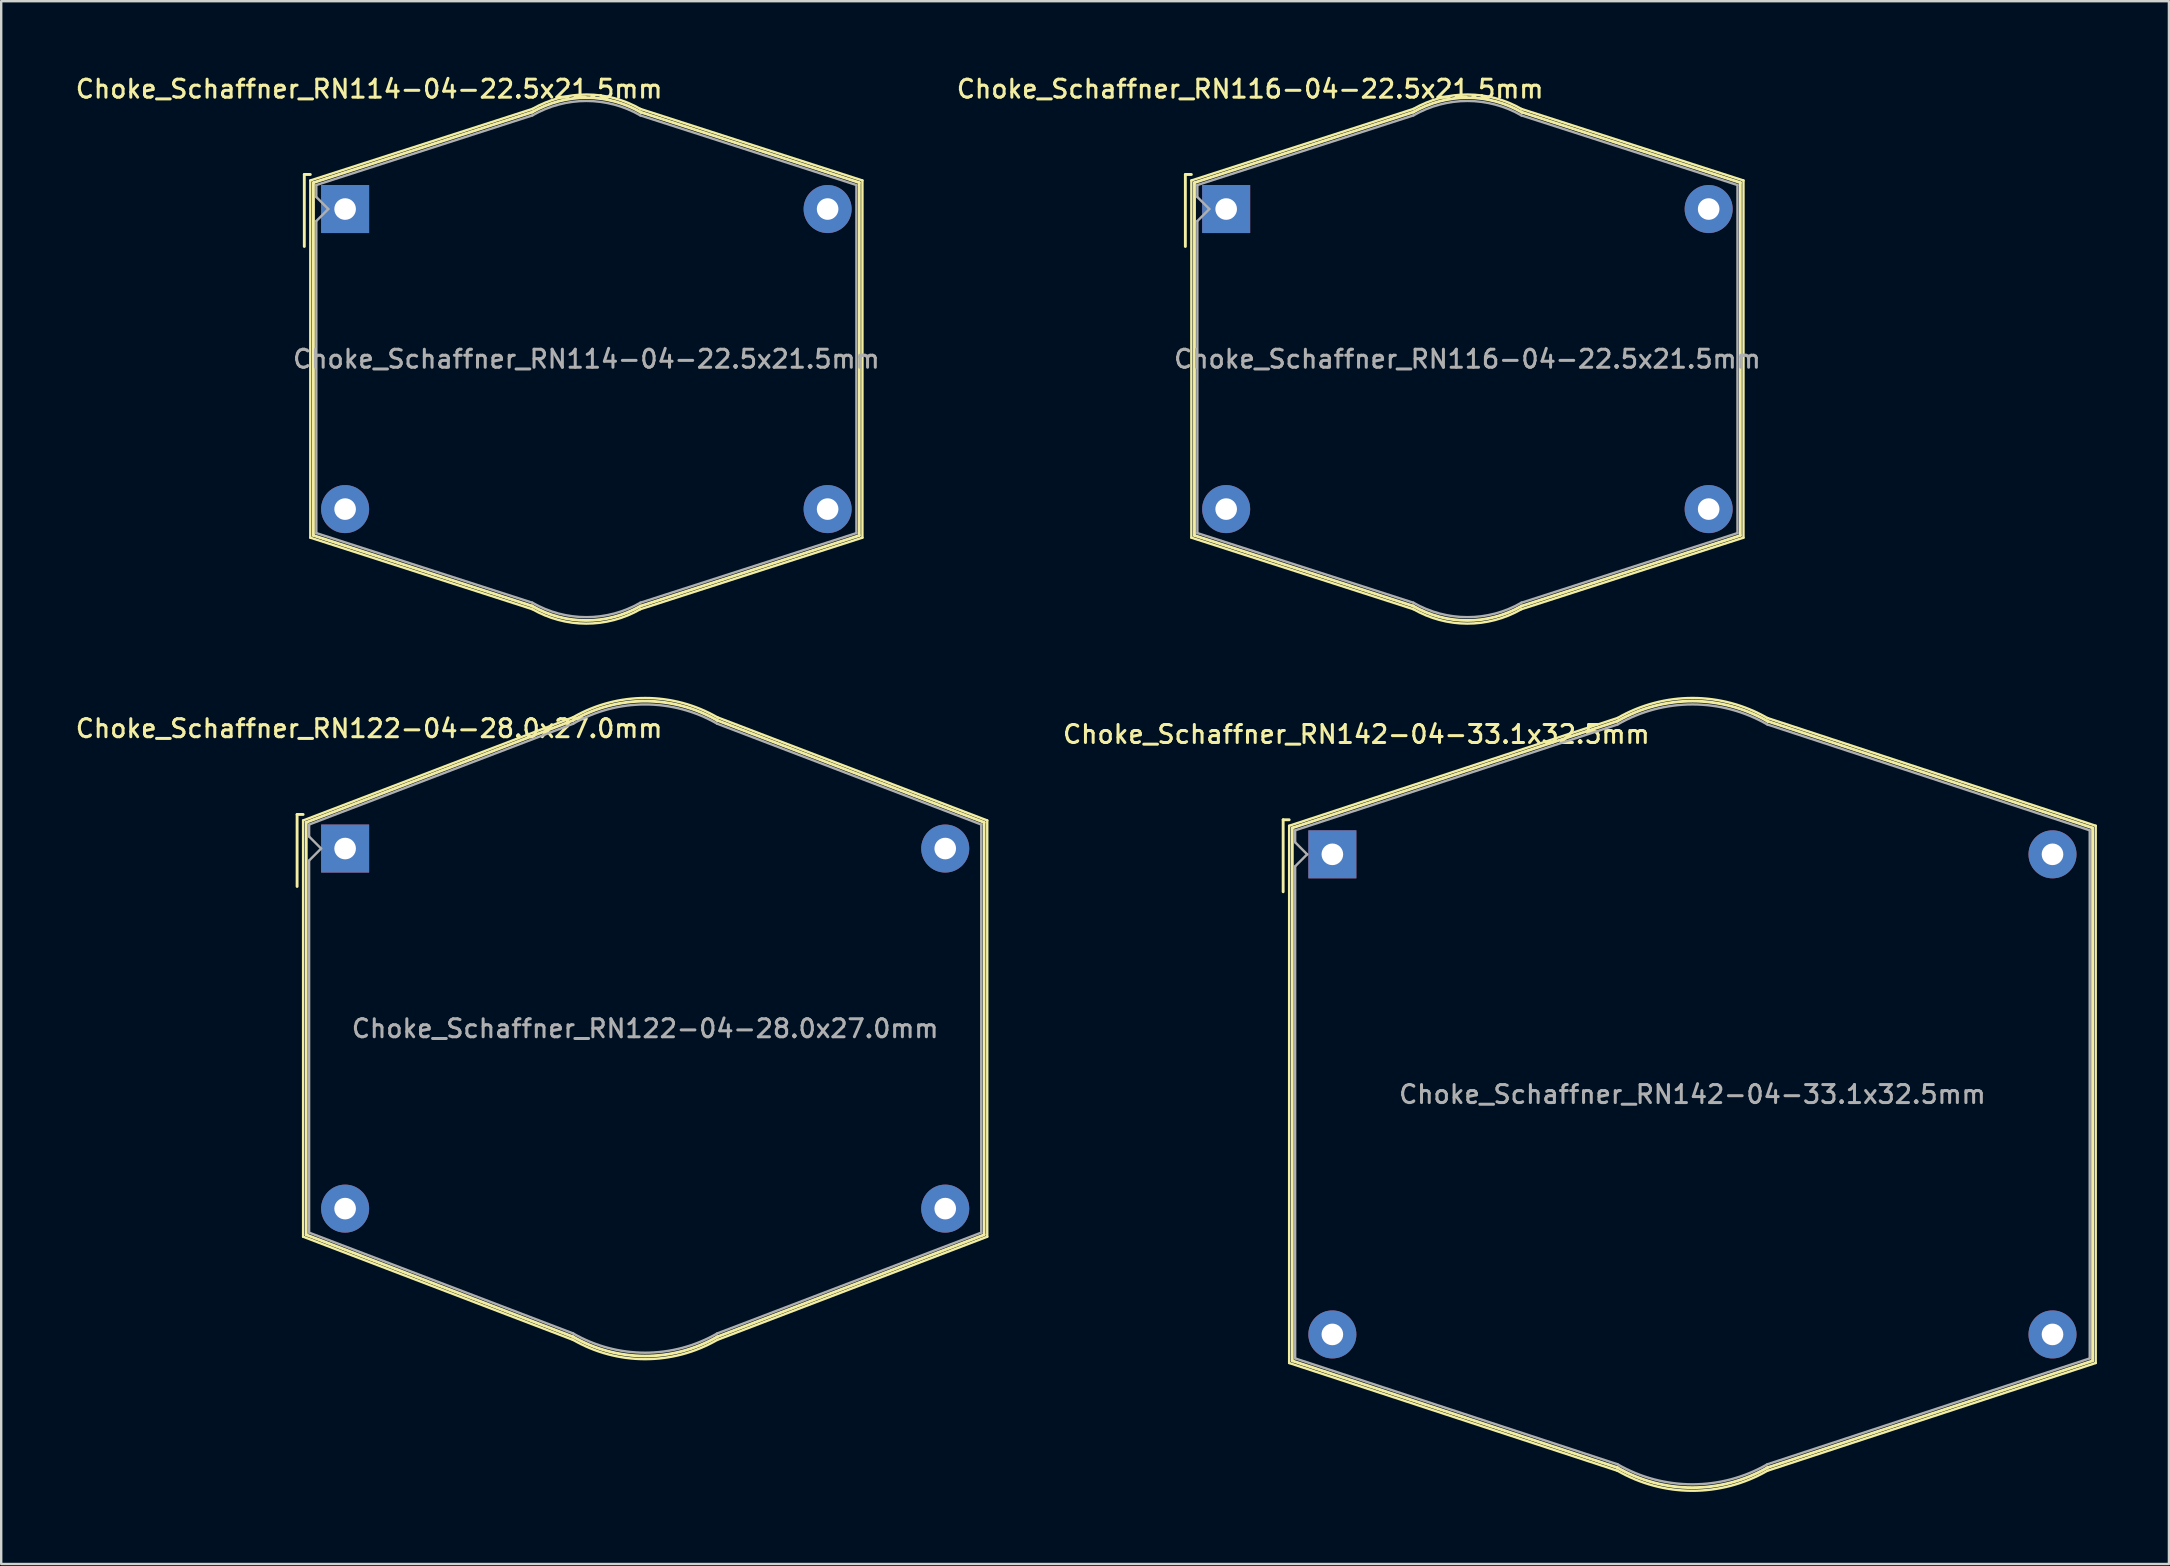
<source format=kicad_pcb>
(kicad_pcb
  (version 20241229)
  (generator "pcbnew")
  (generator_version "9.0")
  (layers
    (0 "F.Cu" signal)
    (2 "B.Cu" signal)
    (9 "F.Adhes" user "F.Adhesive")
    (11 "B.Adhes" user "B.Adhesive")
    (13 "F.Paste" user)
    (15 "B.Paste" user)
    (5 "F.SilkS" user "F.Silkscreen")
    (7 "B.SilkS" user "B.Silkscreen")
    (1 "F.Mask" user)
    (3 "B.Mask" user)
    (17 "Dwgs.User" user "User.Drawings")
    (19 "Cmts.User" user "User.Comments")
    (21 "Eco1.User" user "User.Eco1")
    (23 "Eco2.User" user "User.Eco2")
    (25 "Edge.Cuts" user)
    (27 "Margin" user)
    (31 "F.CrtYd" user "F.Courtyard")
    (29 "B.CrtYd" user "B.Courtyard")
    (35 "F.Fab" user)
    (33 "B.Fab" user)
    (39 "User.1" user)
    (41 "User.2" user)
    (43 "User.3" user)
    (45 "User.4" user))
  (footprint "Choke_Schaffner_RN114-04-22.5x21.5mm"
    (layer "F.Cu")
    (at 11.327 5.658)
    (property "Reference" "Choke_Schaffner_RN114-04-22.5x21.5mm" (at 1 -5 0) (layer "F.SilkS") (effects (font (size 0.75 0.75) (thickness 0.125))))
    (attr through_hole)
    (fp_line (start -1.7 -1.44) (end -1.7 1.56) (stroke (width 0.12) (type solid)) (layer "F.SilkS"))
    (fp_line (start -1.7 -1.44) (end -1.45 -1.44) (stroke (width 0.12) (type solid)) (layer "F.SilkS"))
    (fp_line (start -1.45 -1.19) (end 7.8 -4.17) (stroke (width 0.1) (type solid)) (layer "F.SilkS"))
    (fp_line (start -1.45 13.69) (end -1.45 -1.19) (stroke (width 0.1) (type solid)) (layer "F.SilkS"))
    (fp_line (start -1.32 -1.1) (end 7.8 -4.04) (stroke (width 0.12) (type solid)) (layer "F.SilkS"))
    (fp_line (start -1.32 13.6) (end -1.32 -1.1) (stroke (width 0.12) (type solid)) (layer "F.SilkS"))
    (fp_line (start 7.8 16.54) (end -1.32 13.6) (stroke (width 0.12) (type solid)) (layer "F.SilkS"))
    (fp_line (start 7.8 16.67) (end -1.45 13.69) (stroke (width 0.1) (type solid)) (layer "F.SilkS"))
    (fp_line (start 12.3 -4.17) (end 21.55 -1.19) (stroke (width 0.1) (type solid)) (layer "F.SilkS"))
    (fp_line (start 12.3 -4.04) (end 21.42 -1.1) (stroke (width 0.12) (type solid)) (layer "F.SilkS"))
    (fp_line (start 21.42 -1.1) (end 21.42 13.6) (stroke (width 0.12) (type solid)) (layer "F.SilkS"))
    (fp_line (start 21.42 13.6) (end 12.3 16.54) (stroke (width 0.12) (type solid)) (layer "F.SilkS"))
    (fp_line (start 21.55 -1.19) (end 21.55 13.69) (stroke (width 0.1) (type solid)) (layer "F.SilkS"))
    (fp_line (start 21.55 13.69) (end 12.3 16.67) (stroke (width 0.1) (type solid)) (layer "F.SilkS"))
    (fp_arc (start 7.8 -4.17) (mid 10.061443 -4.76982) (end 12.31982 -4.158557) (stroke (width 0.1) (type solid)) (layer "F.SilkS"))
    (fp_arc (start 7.8 -4.04) (mid 10.061443 -4.63982) (end 12.31982 -4.028557) (stroke (width 0.12) (type solid)) (layer "F.SilkS"))
    (fp_arc (start 12.3 16.54) (mid 10.038557 17.13982) (end 7.78018 16.528557) (stroke (width 0.12) (type solid)) (layer "F.SilkS"))
    (fp_arc (start 12.3 16.67) (mid 10.038557 17.26982) (end 7.78018 16.658557) (stroke (width 0.1) (type solid)) (layer "F.SilkS"))
    (fp_line (start -1.2 -1) (end 7.8 -3.9) (stroke (width 0.1) (type solid)) (layer "F.Fab"))
    (fp_line (start -1.2 -0.5) (end -1.2 -1) (stroke (width 0.1) (type solid)) (layer "F.Fab"))
    (fp_line (start -1.2 0.5) (end -0.7 0) (stroke (width 0.1) (type solid)) (layer "F.Fab"))
    (fp_line (start -1.2 13.5) (end -1.2 0.5) (stroke (width 0.1) (type solid)) (layer "F.Fab"))
    (fp_line (start -0.7 0) (end -1.2 -0.5) (stroke (width 0.1) (type solid)) (layer "F.Fab"))
    (fp_line (start 7.8 16.4) (end -1.2 13.5) (stroke (width 0.1) (type solid)) (layer "F.Fab"))
    (fp_line (start 12.3 -3.9) (end 21.3 -1) (stroke (width 0.1) (type solid)) (layer "F.Fab"))
    (fp_line (start 21.3 -1) (end 21.3 13.5) (stroke (width 0.1) (type solid)) (layer "F.Fab"))
    (fp_line (start 21.3 13.5) (end 12.3 16.4) (stroke (width 0.1) (type solid)) (layer "F.Fab"))
    (fp_arc (start 7.8 -3.9) (mid 10.051443 -4.502499) (end 12.302499 -3.898557) (stroke (width 0.1) (type solid)) (layer "F.Fab"))
    (fp_arc (start 12.3 16.4) (mid 10.048557 17.002499) (end 7.797501 16.398557) (stroke (width 0.1) (type solid)) (layer "F.Fab"))
    (fp_text user "${REFERENCE}" (at 10.05 6.25 0) (layer "F.Fab") (effects (font (size 0.75 0.75) (thickness 0.125))))
    (pad "1" thru_hole rect (at 0 0) (size 2 2) (drill 0.9) (layers "*.Cu" "*.Mask"))
    (pad "2" thru_hole circle (at 20.1 0) (size 2 2) (drill 0.9) (layers "*.Cu" "*.Mask"))
    (pad "3" thru_hole circle (at 0 12.5) (size 2 2) (drill 0.9) (layers "*.Cu" "*.Mask"))
    (pad "4" thru_hole circle (at 20.1 12.5) (size 2 2) (drill 0.9) (layers "*.Cu" "*.Mask")))
  (footprint "Choke_Schaffner_RN122-04-28.0x27.0mm"
    (layer "F.Cu")
    (at 11.327 32.299)
    (property "Reference" "Choke_Schaffner_RN122-04-28.0x27.0mm" (at 1 -5 0) (layer "F.SilkS") (effects (font (size 0.75 0.75) (thickness 0.125))))
    (attr through_hole)
    (fp_line (start -2 -1.42) (end -2 1.58) (stroke (width 0.12) (type solid)) (layer "F.SilkS"))
    (fp_line (start -2 -1.42) (end -1.75 -1.42) (stroke (width 0.12) (type solid)) (layer "F.SilkS"))
    (fp_line (start -1.75 -1.17) (end 9.5 -5.47) (stroke (width 0.1) (type solid)) (layer "F.SilkS"))
    (fp_line (start -1.75 16.17) (end -1.75 -1.17) (stroke (width 0.1) (type solid)) (layer "F.SilkS"))
    (fp_line (start -1.62 -1.09) (end 9.5 -5.34) (stroke (width 0.12) (type solid)) (layer "F.SilkS"))
    (fp_line (start -1.62 16.09) (end -1.62 -1.09) (stroke (width 0.12) (type solid)) (layer "F.SilkS"))
    (fp_line (start 9.5 20.34) (end -1.62 16.09) (stroke (width 0.12) (type solid)) (layer "F.SilkS"))
    (fp_line (start 9.5 20.47) (end -1.75 16.17) (stroke (width 0.1) (type solid)) (layer "F.SilkS"))
    (fp_line (start 15.5 -5.47) (end 26.75 -1.17) (stroke (width 0.1) (type solid)) (layer "F.SilkS"))
    (fp_line (start 15.5 -5.34) (end 26.62 -1.09) (stroke (width 0.12) (type solid)) (layer "F.SilkS"))
    (fp_line (start 26.62 -1.09) (end 26.62 16.09) (stroke (width 0.12) (type solid)) (layer "F.SilkS"))
    (fp_line (start 26.62 16.09) (end 15.5 20.34) (stroke (width 0.12) (type solid)) (layer "F.SilkS"))
    (fp_line (start 26.75 -1.17) (end 26.75 16.17) (stroke (width 0.1) (type solid)) (layer "F.SilkS"))
    (fp_line (start 26.75 16.17) (end 15.5 20.47) (stroke (width 0.1) (type solid)) (layer "F.SilkS"))
    (fp_arc (start 9.5 -5.47) (mid 12.511924 -6.270653) (end 15.520653 -5.458076) (stroke (width 0.1) (type solid)) (layer "F.SilkS"))
    (fp_arc (start 9.5 -5.34) (mid 12.511924 -6.140653) (end 15.520653 -5.328076) (stroke (width 0.12) (type solid)) (layer "F.SilkS"))
    (fp_arc (start 15.5 20.34) (mid 12.488076 21.140653) (end 9.479347 20.328076) (stroke (width 0.12) (type solid)) (layer "F.SilkS"))
    (fp_arc (start 15.5 20.47) (mid 12.488076 21.270653) (end 9.479347 20.458076) (stroke (width 0.1) (type solid)) (layer "F.SilkS"))
    (fp_line (start -1.5 -1) (end 9.5 -5.2) (stroke (width 0.1) (type solid)) (layer "F.Fab"))
    (fp_line (start -1.5 -0.5) (end -1.5 -1) (stroke (width 0.1) (type solid)) (layer "F.Fab"))
    (fp_line (start -1.5 0.5) (end -1 0) (stroke (width 0.1) (type solid)) (layer "F.Fab"))
    (fp_line (start -1.5 16) (end -1.5 0.5) (stroke (width 0.1) (type solid)) (layer "F.Fab"))
    (fp_line (start -1 0) (end -1.5 -0.5) (stroke (width 0.1) (type solid)) (layer "F.Fab"))
    (fp_line (start 9.5 20.2) (end -1.5 16) (stroke (width 0.1) (type solid)) (layer "F.Fab"))
    (fp_line (start 15.5 -5.2) (end 26.5 -1) (stroke (width 0.1) (type solid)) (layer "F.Fab"))
    (fp_line (start 26.5 -1) (end 26.5 16) (stroke (width 0.1) (type solid)) (layer "F.Fab"))
    (fp_line (start 26.5 16) (end 15.5 20.2) (stroke (width 0.1) (type solid)) (layer "F.Fab"))
    (fp_arc (start 9.5 -5.2) (mid 12.501924 -6.003332) (end 15.503332 -5.198076) (stroke (width 0.1) (type solid)) (layer "F.Fab"))
    (fp_arc (start 15.5 20.2) (mid 12.498076 21.003332) (end 9.496668 20.198076) (stroke (width 0.1) (type solid)) (layer "F.Fab"))
    (fp_text user "${REFERENCE}" (at 12.5 7.5 0) (layer "F.Fab") (effects (font (size 0.75 0.75) (thickness 0.125))))
    (pad "1" thru_hole rect (at 0 0) (size 2 2) (drill 0.9) (layers "*.Cu" "*.Mask"))
    (pad "2" thru_hole circle (at 25 0) (size 2 2) (drill 0.9) (layers "*.Cu" "*.Mask"))
    (pad "3" thru_hole circle (at 0 15) (size 2 2) (drill 0.9) (layers "*.Cu" "*.Mask"))
    (pad "4" thru_hole circle (at 25 15) (size 2 2) (drill 0.9) (layers "*.Cu" "*.Mask")))
  (footprint "Choke_Schaffner_RN142-04-33.1x32.5mm"
    (layer "F.Cu")
    (at 52.454 32.54)
    (property "Reference" "Choke_Schaffner_RN142-04-33.1x32.5mm" (at 1 -5 0) (layer "F.SilkS") (effects (font (size 0.75 0.75) (thickness 0.125))))
    (attr through_hole)
    (fp_line (start -2.05 -1.44) (end -2.05 1.56) (stroke (width 0.12) (type solid)) (layer "F.SilkS"))
    (fp_line (start -2.05 -1.44) (end -1.8 -1.44) (stroke (width 0.12) (type solid)) (layer "F.SilkS"))
    (fp_line (start -1.8 -1.19) (end 11.88 -5.68) (stroke (width 0.1) (type solid)) (layer "F.SilkS"))
    (fp_line (start -1.8 21.19) (end -1.8 -1.19) (stroke (width 0.1) (type solid)) (layer "F.SilkS"))
    (fp_line (start -1.67 -1.1) (end 11.88 -5.55) (stroke (width 0.12) (type solid)) (layer "F.SilkS"))
    (fp_line (start -1.67 21.1) (end -1.67 -1.1) (stroke (width 0.12) (type solid)) (layer "F.SilkS"))
    (fp_line (start 11.88 25.55) (end -1.67 21.1) (stroke (width 0.12) (type solid)) (layer "F.SilkS"))
    (fp_line (start 11.88 25.68) (end -1.8 21.19) (stroke (width 0.1) (type solid)) (layer "F.SilkS"))
    (fp_line (start 18.12 -5.68) (end 31.8 -1.19) (stroke (width 0.1) (type solid)) (layer "F.SilkS"))
    (fp_line (start 18.12 -5.55) (end 31.67 -1.1) (stroke (width 0.12) (type solid)) (layer "F.SilkS"))
    (fp_line (start 31.67 -1.1) (end 31.67 21.1) (stroke (width 0.12) (type solid)) (layer "F.SilkS"))
    (fp_line (start 31.67 21.1) (end 18.12 25.55) (stroke (width 0.12) (type solid)) (layer "F.SilkS"))
    (fp_line (start 31.8 -1.19) (end 31.8 21.19) (stroke (width 0.1) (type solid)) (layer "F.SilkS"))
    (fp_line (start 31.8 21.19) (end 18.12 25.68) (stroke (width 0.1) (type solid)) (layer "F.SilkS"))
    (fp_arc (start 11.88 -5.68) (mid 15.013001 -6.512518) (end 18.142518 -5.666999) (stroke (width 0.1) (type solid)) (layer "F.SilkS"))
    (fp_arc (start 11.88 -5.55) (mid 15.013001 -6.382518) (end 18.142518 -5.536999) (stroke (width 0.12) (type solid)) (layer "F.SilkS"))
    (fp_arc (start 18.12 25.55) (mid 14.986999 26.382518) (end 11.857482 25.536999) (stroke (width 0.12) (type solid)) (layer "F.SilkS"))
    (fp_arc (start 18.12 25.68) (mid 14.986999 26.512518) (end 11.857482 25.666999) (stroke (width 0.1) (type solid)) (layer "F.SilkS"))
    (fp_line (start -1.55 -1) (end 11.88 -5.41) (stroke (width 0.1) (type solid)) (layer "F.Fab"))
    (fp_line (start -1.55 -0.5) (end -1.55 -1) (stroke (width 0.1) (type solid)) (layer "F.Fab"))
    (fp_line (start -1.55 0.5) (end -1.05 0) (stroke (width 0.1) (type solid)) (layer "F.Fab"))
    (fp_line (start -1.55 21) (end -1.55 0.5) (stroke (width 0.1) (type solid)) (layer "F.Fab"))
    (fp_line (start -1.05 0) (end -1.55 -0.5) (stroke (width 0.1) (type solid)) (layer "F.Fab"))
    (fp_line (start 11.88 25.41) (end -1.55 21) (stroke (width 0.1) (type solid)) (layer "F.Fab"))
    (fp_line (start 18.12 -5.41) (end 31.55 -1) (stroke (width 0.1) (type solid)) (layer "F.Fab"))
    (fp_line (start 31.55 -1) (end 31.55 21) (stroke (width 0.1) (type solid)) (layer "F.Fab"))
    (fp_line (start 31.55 21) (end 18.12 25.41) (stroke (width 0.1) (type solid)) (layer "F.Fab"))
    (fp_arc (start 11.88 -5.41) (mid 15.003001 -6.245197) (end 18.125197 -5.406999) (stroke (width 0.1) (type solid)) (layer "F.Fab"))
    (fp_arc (start 18.12 25.41) (mid 14.996999 26.245197) (end 11.874803 25.406999) (stroke (width 0.1) (type solid)) (layer "F.Fab"))
    (fp_text user "${REFERENCE}" (at 15 10 0) (layer "F.Fab") (effects (font (size 0.75 0.75) (thickness 0.125))))
    (pad "1" thru_hole rect (at 0 0) (size 2 2) (drill 0.9) (layers "*.Cu" "*.Mask"))
    (pad "2" thru_hole circle (at 30 0) (size 2 2) (drill 0.9) (layers "*.Cu" "*.Mask"))
    (pad "3" thru_hole circle (at 0 20) (size 2 2) (drill 0.9) (layers "*.Cu" "*.Mask"))
    (pad "4" thru_hole circle (at 30 20) (size 2 2) (drill 0.9) (layers "*.Cu" "*.Mask")))
  (footprint "Choke_Schaffner_RN116-04-22.5x21.5mm"
    (layer "F.Cu")
    (at 48.03 5.658)
    (property "Reference" "Choke_Schaffner_RN116-04-22.5x21.5mm" (at 1 -5 0) (layer "F.SilkS") (effects (font (size 0.75 0.75) (thickness 0.125))))
    (attr through_hole)
    (fp_line (start -1.7 -1.44) (end -1.7 1.56) (stroke (width 0.12) (type solid)) (layer "F.SilkS"))
    (fp_line (start -1.7 -1.44) (end -1.45 -1.44) (stroke (width 0.12) (type solid)) (layer "F.SilkS"))
    (fp_line (start -1.45 -1.19) (end 7.8 -4.17) (stroke (width 0.1) (type solid)) (layer "F.SilkS"))
    (fp_line (start -1.45 13.69) (end -1.45 -1.19) (stroke (width 0.1) (type solid)) (layer "F.SilkS"))
    (fp_line (start -1.32 -1.1) (end 7.8 -4.04) (stroke (width 0.12) (type solid)) (layer "F.SilkS"))
    (fp_line (start -1.32 13.6) (end -1.32 -1.1) (stroke (width 0.12) (type solid)) (layer "F.SilkS"))
    (fp_line (start 7.8 16.54) (end -1.32 13.6) (stroke (width 0.12) (type solid)) (layer "F.SilkS"))
    (fp_line (start 7.8 16.67) (end -1.45 13.69) (stroke (width 0.1) (type solid)) (layer "F.SilkS"))
    (fp_line (start 12.3 -4.17) (end 21.55 -1.19) (stroke (width 0.1) (type solid)) (layer "F.SilkS"))
    (fp_line (start 12.3 -4.04) (end 21.42 -1.1) (stroke (width 0.12) (type solid)) (layer "F.SilkS"))
    (fp_line (start 21.42 -1.1) (end 21.42 13.6) (stroke (width 0.12) (type solid)) (layer "F.SilkS"))
    (fp_line (start 21.42 13.6) (end 12.3 16.54) (stroke (width 0.12) (type solid)) (layer "F.SilkS"))
    (fp_line (start 21.55 -1.19) (end 21.55 13.69) (stroke (width 0.1) (type solid)) (layer "F.SilkS"))
    (fp_line (start 21.55 13.69) (end 12.3 16.67) (stroke (width 0.1) (type solid)) (layer "F.SilkS"))
    (fp_arc (start 7.8 -4.17) (mid 10.061443 -4.76982) (end 12.31982 -4.158557) (stroke (width 0.1) (type solid)) (layer "F.SilkS"))
    (fp_arc (start 7.8 -4.04) (mid 10.061443 -4.63982) (end 12.31982 -4.028557) (stroke (width 0.12) (type solid)) (layer "F.SilkS"))
    (fp_arc (start 12.3 16.54) (mid 10.038557 17.13982) (end 7.78018 16.528557) (stroke (width 0.12) (type solid)) (layer "F.SilkS"))
    (fp_arc (start 12.3 16.67) (mid 10.038557 17.26982) (end 7.78018 16.658557) (stroke (width 0.1) (type solid)) (layer "F.SilkS"))
    (fp_line (start -1.2 -1) (end 7.8 -3.9) (stroke (width 0.1) (type solid)) (layer "F.Fab"))
    (fp_line (start -1.2 -0.5) (end -1.2 -1) (stroke (width 0.1) (type solid)) (layer "F.Fab"))
    (fp_line (start -1.2 0.5) (end -0.7 0) (stroke (width 0.1) (type solid)) (layer "F.Fab"))
    (fp_line (start -1.2 13.5) (end -1.2 0.5) (stroke (width 0.1) (type solid)) (layer "F.Fab"))
    (fp_line (start -0.7 0) (end -1.2 -0.5) (stroke (width 0.1) (type solid)) (layer "F.Fab"))
    (fp_line (start 7.8 16.4) (end -1.2 13.5) (stroke (width 0.1) (type solid)) (layer "F.Fab"))
    (fp_line (start 12.3 -3.9) (end 21.3 -1) (stroke (width 0.1) (type solid)) (layer "F.Fab"))
    (fp_line (start 21.3 -1) (end 21.3 13.5) (stroke (width 0.1) (type solid)) (layer "F.Fab"))
    (fp_line (start 21.3 13.5) (end 12.3 16.4) (stroke (width 0.1) (type solid)) (layer "F.Fab"))
    (fp_arc (start 7.8 -3.9) (mid 10.051443 -4.502499) (end 12.302499 -3.898557) (stroke (width 0.1) (type solid)) (layer "F.Fab"))
    (fp_arc (start 12.3 16.4) (mid 10.048557 17.002499) (end 7.797501 16.398557) (stroke (width 0.1) (type solid)) (layer "F.Fab"))
    (fp_text user "${REFERENCE}" (at 10.05 6.25 0) (layer "F.Fab") (effects (font (size 0.75 0.75) (thickness 0.125))))
    (pad "1" thru_hole rect (at 0 0) (size 2 2) (drill 0.9) (layers "*.Cu" "*.Mask"))
    (pad "2" thru_hole circle (at 20.1 0) (size 2 2) (drill 0.9) (layers "*.Cu" "*.Mask"))
    (pad "3" thru_hole circle (at 0 12.5) (size 2 2) (drill 0.9) (layers "*.Cu" "*.Mask"))
    (pad "4" thru_hole circle (at 20.1 12.5) (size 2 2) (drill 0.9) (layers "*.Cu" "*.Mask")))
  (gr_rect
    (start -3 -3)
    (end 87.304 62.103)
    (stroke (width 0.1) (type default))
    (fill no)
    (layer "Edge.Cuts")))
</source>
